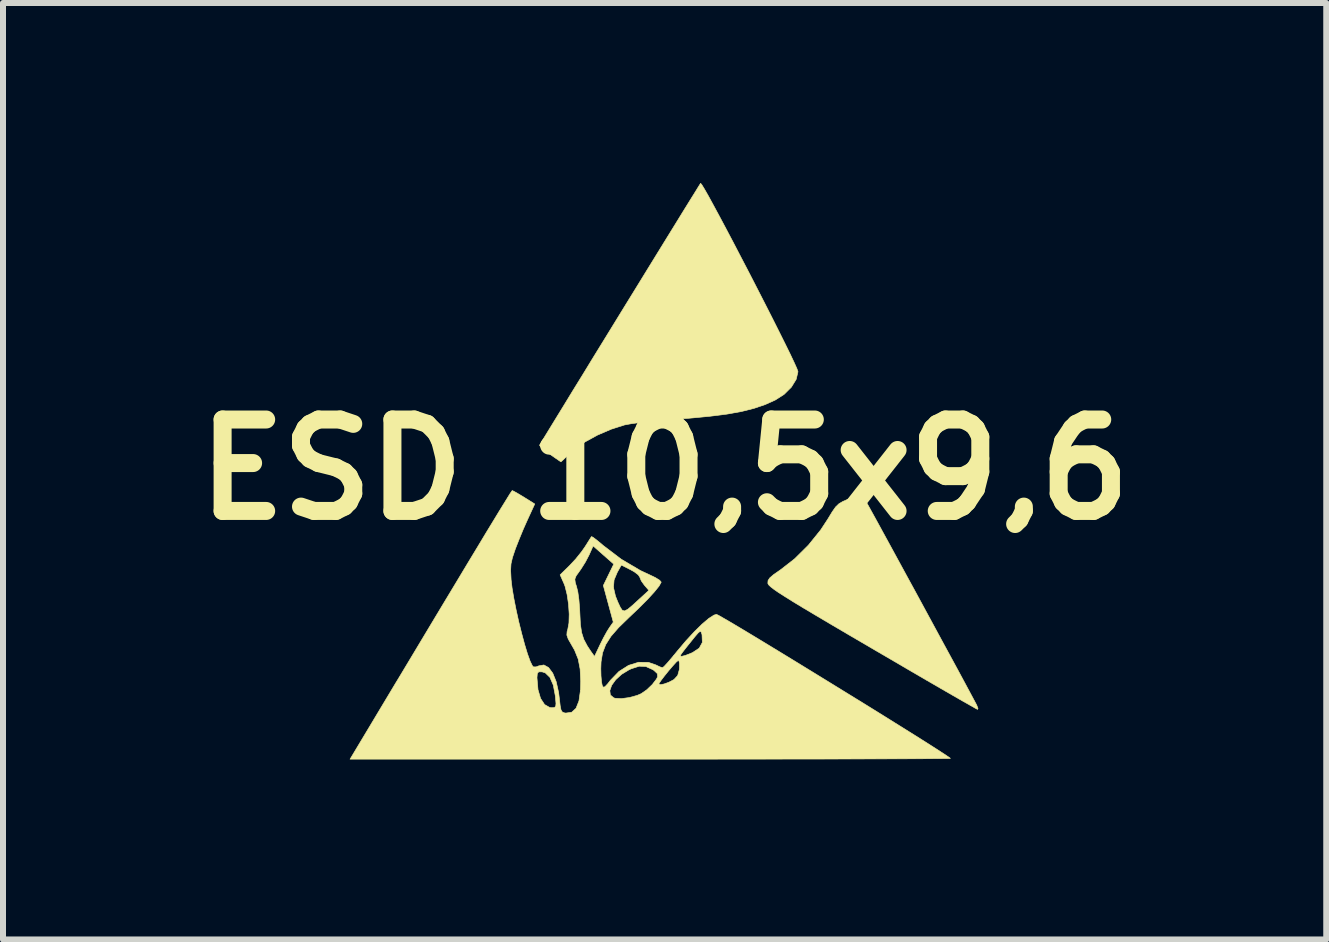
<source format=kicad_pcb>
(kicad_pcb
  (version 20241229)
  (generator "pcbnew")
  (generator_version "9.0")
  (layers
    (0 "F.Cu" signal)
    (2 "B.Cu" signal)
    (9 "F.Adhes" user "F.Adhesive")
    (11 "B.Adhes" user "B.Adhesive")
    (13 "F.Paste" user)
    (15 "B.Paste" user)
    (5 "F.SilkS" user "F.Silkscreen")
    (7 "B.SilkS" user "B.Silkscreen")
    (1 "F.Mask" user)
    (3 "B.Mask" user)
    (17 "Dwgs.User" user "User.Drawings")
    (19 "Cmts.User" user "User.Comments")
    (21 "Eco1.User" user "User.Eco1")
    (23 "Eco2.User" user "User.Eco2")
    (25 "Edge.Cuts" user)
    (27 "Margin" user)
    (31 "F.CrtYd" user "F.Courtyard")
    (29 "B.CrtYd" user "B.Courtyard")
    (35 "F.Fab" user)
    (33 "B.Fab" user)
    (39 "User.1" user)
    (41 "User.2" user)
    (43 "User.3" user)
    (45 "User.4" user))
  (footprint "ESD 10,5x9,6"
    (layer "F.Cu")
    (at 8.026 4.776)
    (property "Reference" "ESD 10,5x9,6" (at 0 0 0) (layer "F.SilkS") (effects (font (size 1.524 1.524) (thickness 0.3))))
    (attr through_hole)
    (fp_poly (pts (xy 3.301 0.433) (xy 3.302 0.433) (xy 3.319 0.463) (xy 3.364 0.544) (xy 3.433 0.669) (xy 3.523 0.832) (xy 3.63 1.028) (xy 3.752 1.251) (xy 3.885 1.495) (xy 4.026 1.754) (xy 4.173 2.023) (xy 4.321 2.296) (xy 4.468 2.567) (xy 4.611 2.831) (xy 4.747 3.081) (xy 4.872 3.311) (xy 4.983 3.517) (xy 5.077 3.692) (xy 5.151 3.83) (xy 5.202 3.926) (xy 5.203 3.929) (xy 5.223 3.981) (xy 5.216 3.997) (xy 5.185 3.981) (xy 5.104 3.935) (xy 4.977 3.863) (xy 4.81 3.767) (xy 4.607 3.65) (xy 4.372 3.514) (xy 4.111 3.362) (xy 3.829 3.197) (xy 3.529 3.022) (xy 3.461 2.982) (xy 3.103 2.773) (xy 2.797 2.593) (xy 2.538 2.44) (xy 2.323 2.312) (xy 2.148 2.206) (xy 2.009 2.119) (xy 1.902 2.051) (xy 1.824 1.997) (xy 1.771 1.956) (xy 1.738 1.925) (xy 1.723 1.902) (xy 1.721 1.894) (xy 1.724 1.849) (xy 1.754 1.804) (xy 1.818 1.749) (xy 1.929 1.672) (xy 1.931 1.671) (xy 2.167 1.487) (xy 2.397 1.259) (xy 2.602 1.005) (xy 2.72 0.825) (xy 2.794 0.703) (xy 2.851 0.622) (xy 2.906 0.569) (xy 2.973 0.53) (xy 3.067 0.489) (xy 3.075 0.486) (xy 3.179 0.45) (xy 3.26 0.43) (xy 3.301 0.433)) (stroke (width 0.01) (type solid)) (fill yes) (layer "F.SilkS"))
    (fp_poly (pts (xy 0.619 -4.749) (xy 0.663 -4.677) (xy 0.73 -4.56) (xy 0.815 -4.404) (xy 0.916 -4.217) (xy 1.03 -4.003) (xy 1.153 -3.77) (xy 1.282 -3.522) (xy 1.415 -3.267) (xy 1.547 -3.01) (xy 1.676 -2.758) (xy 1.799 -2.516) (xy 1.912 -2.291) (xy 2.012 -2.09) (xy 2.097 -1.917) (xy 2.162 -1.779) (xy 2.205 -1.683) (xy 2.222 -1.634) (xy 2.223 -1.632) (xy 2.193 -1.504) (xy 2.113 -1.374) (xy 1.991 -1.253) (xy 1.844 -1.159) (xy 1.677 -1.084) (xy 1.492 -1.021) (xy 1.282 -0.968) (xy 1.037 -0.924) (xy 0.751 -0.888) (xy 0.414 -0.856) (xy 0.206 -0.841) (xy -0.008 -0.825) (xy -0.215 -0.805) (xy -0.402 -0.785) (xy -0.553 -0.765) (xy -0.657 -0.746) (xy -0.667 -0.744) (xy -0.89 -0.673) (xy -1.116 -0.576) (xy -1.326 -0.461) (xy -1.502 -0.339) (xy -1.564 -0.284) (xy -1.644 -0.207) (xy -1.702 -0.152) (xy -1.728 -0.129) (xy -1.728 -0.129) (xy -1.753 -0.146) (xy -1.817 -0.19) (xy -1.906 -0.252) (xy -1.914 -0.257) (xy -2.002 -0.323) (xy -2.063 -0.376) (xy -2.084 -0.406) (xy -2.084 -0.407) (xy -2.052 -0.459) (xy -1.992 -0.559) (xy -1.905 -0.701) (xy -1.796 -0.879) (xy -1.667 -1.089) (xy -1.522 -1.327) (xy -1.362 -1.586) (xy -1.193 -1.863) (xy -1.015 -2.152) (xy -0.833 -2.448) (xy -0.65 -2.746) (xy -0.468 -3.041) (xy -0.291 -3.329) (xy -0.121 -3.605) (xy 0.038 -3.863) (xy 0.183 -4.098) (xy 0.311 -4.306) (xy 0.42 -4.482) (xy 0.506 -4.62) (xy 0.565 -4.716) (xy 0.596 -4.765) (xy 0.6 -4.771) (xy 0.619 -4.749)) (stroke (width 0.01) (type solid)) (fill yes) (layer "F.SilkS"))
    (fp_poly (pts (xy -2.506 0.365) (xy -2.434 0.406) (xy -2.343 0.461) (xy -2.164 0.573) (xy -2.284 0.834) (xy -2.354 0.991) (xy -2.425 1.163) (xy -2.485 1.316) (xy -2.491 1.333) (xy -2.536 1.467) (xy -2.56 1.572) (xy -2.566 1.679) (xy -2.559 1.818) (xy -2.559 1.826) (xy -2.542 1.971) (xy -2.513 2.144) (xy -2.475 2.336) (xy -2.431 2.535) (xy -2.382 2.731) (xy -2.333 2.913) (xy -2.285 3.071) (xy -2.241 3.193) (xy -2.204 3.269) (xy -2.187 3.288) (xy -2.141 3.288) (xy -2.096 3.271) (xy -2.012 3.256) (xy -1.934 3.299) (xy -1.864 3.393) (xy -1.807 3.534) (xy -1.766 3.716) (xy -1.754 3.816) (xy -1.74 3.936) (xy -1.726 4.006) (xy -1.704 4.041) (xy -1.668 4.055) (xy -1.646 4.058) (xy -1.548 4.044) (xy -1.476 3.978) (xy -1.427 3.855) (xy -1.403 3.683) (xy -0.913 3.683) (xy -0.904 3.756) (xy -0.849 3.803) (xy -0.826 3.811) (xy -0.72 3.817) (xy -0.587 3.799) (xy -0.456 3.763) (xy -0.389 3.734) (xy -0.297 3.67) (xy -0.205 3.582) (xy -0.198 3.573) (xy -0.095 3.573) (xy -0.07 3.585) (xy -0.009 3.573) (xy 0.069 3.545) (xy 0.144 3.506) (xy 0.159 3.496) (xy 0.218 3.432) (xy 0.245 3.336) (xy 0.248 3.303) (xy 0.248 3.222) (xy 0.236 3.181) (xy 0.228 3.18) (xy 0.194 3.208) (xy 0.136 3.272) (xy 0.066 3.354) (xy -0.004 3.441) (xy -0.061 3.516) (xy -0.093 3.565) (xy -0.095 3.573) (xy -0.198 3.573) (xy -0.136 3.492) (xy -0.116 3.452) (xy -0.121 3.4) (xy -0.177 3.347) (xy -0.199 3.333) (xy -0.312 3.282) (xy -0.424 3.277) (xy -0.554 3.319) (xy -0.592 3.336) (xy -0.717 3.412) (xy -0.815 3.502) (xy -0.882 3.595) (xy -0.913 3.683) (xy -1.403 3.683) (xy -1.402 3.677) (xy -1.398 3.528) (xy -1.408 3.324) (xy -1.44 3.158) (xy -1.5 3.009) (xy -1.552 2.918) (xy -1.606 2.824) (xy -1.629 2.758) (xy -1.625 2.7) (xy -1.614 2.665) (xy -1.594 2.557) (xy -1.59 2.409) (xy -1.601 2.244) (xy -1.625 2.082) (xy -1.659 1.945) (xy -1.676 1.901) (xy -1.709 1.826) (xy -1.496 1.826) (xy -1.488 1.887) (xy -1.468 1.949) (xy -1.446 2.038) (xy -1.428 2.169) (xy -1.416 2.321) (xy -1.412 2.401) (xy -1.403 2.58) (xy -1.383 2.716) (xy -1.347 2.829) (xy -1.289 2.938) (xy -1.231 3.026) (xy -1.168 3.114) (xy -1.076 2.919) (xy -1.018 2.803) (xy -0.959 2.696) (xy -0.919 2.633) (xy -0.855 2.542) (xy -0.938 2.237) (xy -1.012 1.964) (xy -0.852 1.964) (xy -0.819 2.108) (xy -0.779 2.208) (xy -0.739 2.294) (xy -0.706 2.344) (xy -0.668 2.356) (xy -0.613 2.328) (xy -0.532 2.26) (xy -0.437 2.173) (xy -0.262 2.013) (xy -0.338 1.925) (xy -0.388 1.855) (xy -0.412 1.798) (xy -0.413 1.793) (xy -0.439 1.754) (xy -0.506 1.703) (xy -0.567 1.669) (xy -0.721 1.591) (xy -0.789 1.713) (xy -0.842 1.839) (xy -0.852 1.964) (xy -1.012 1.964) (xy -1.021 1.932) (xy -0.934 1.753) (xy -0.847 1.575) (xy -1.019 1.424) (xy -1.191 1.272) (xy -1.258 1.422) (xy -1.32 1.541) (xy -1.395 1.66) (xy -1.42 1.695) (xy -1.475 1.772) (xy -1.496 1.826) (xy -1.709 1.826) (xy -1.741 1.754) (xy -1.583 1.599) (xy -1.482 1.491) (xy -1.384 1.369) (xy -1.326 1.286) (xy -1.271 1.199) (xy -1.232 1.137) (xy -1.218 1.116) (xy -1.192 1.129) (xy -1.131 1.175) (xy -1.046 1.245) (xy -1.026 1.263) (xy -0.722 1.494) (xy -0.4 1.684) (xy -0.254 1.752) (xy -0.154 1.8) (xy -0.083 1.844) (xy -0.057 1.875) (xy -0.057 1.877) (xy -0.092 1.941) (xy -0.171 2.039) (xy -0.287 2.166) (xy -0.436 2.315) (xy -0.591 2.462) (xy -0.766 2.632) (xy -0.894 2.779) (xy -0.981 2.916) (xy -1.034 3.054) (xy -1.059 3.205) (xy -1.063 3.318) (xy -1.06 3.439) (xy -1.051 3.54) (xy -1.039 3.6) (xy -1.021 3.627) (xy -0.994 3.619) (xy -0.948 3.57) (xy -0.904 3.513) (xy -0.761 3.365) (xy -0.601 3.263) (xy -0.434 3.211) (xy -0.269 3.213) (xy -0.147 3.255) (xy -0.078 3.288) (xy -0.035 3.302) (xy -0.034 3.302) (xy -0.006 3.279) (xy 0.052 3.216) (xy 0.131 3.123) (xy 0.146 3.105) (xy 0.262 3.105) (xy 0.272 3.111) (xy 0.29 3.111) (xy 0.344 3.098) (xy 0.428 3.066) (xy 0.467 3.049) (xy 0.577 2.976) (xy 0.629 2.881) (xy 0.624 2.757) (xy 0.622 2.745) (xy 0.609 2.706) (xy 0.591 2.696) (xy 0.559 2.722) (xy 0.502 2.788) (xy 0.454 2.848) (xy 0.36 2.965) (xy 0.301 3.041) (xy 0.27 3.085) (xy 0.262 3.105) (xy 0.146 3.105) (xy 0.209 3.028) (xy 0.353 2.857) (xy 0.494 2.704) (xy 0.624 2.576) (xy 0.736 2.481) (xy 0.823 2.425) (xy 0.864 2.413) (xy 0.899 2.429) (xy 0.981 2.476) (xy 1.107 2.549) (xy 1.27 2.646) (xy 1.466 2.764) (xy 1.689 2.899) (xy 1.934 3.048) (xy 2.196 3.208) (xy 2.47 3.376) (xy 2.75 3.548) (xy 3.031 3.721) (xy 3.309 3.892) (xy 3.577 4.058) (xy 3.83 4.216) (xy 4.064 4.362) (xy 4.273 4.493) (xy 4.451 4.606) (xy 4.594 4.698) (xy 4.696 4.765) (xy 4.753 4.804) (xy 4.763 4.813) (xy 4.731 4.815) (xy 4.64 4.816) (xy 4.492 4.817) (xy 4.291 4.819) (xy 4.039 4.82) (xy 3.741 4.821) (xy 3.4 4.822) (xy 3.019 4.823) (xy 2.602 4.824) (xy 2.152 4.824) (xy 1.672 4.825) (xy 1.166 4.825) (xy 0.637 4.826) (xy 0.088 4.826) (xy -0.24 4.826) (xy -5.242 4.826) (xy -5.169 4.704) (xy -4.81 4.105) (xy -4.482 3.558) (xy -4.426 3.466) (xy -2.127 3.466) (xy -2.126 3.482) (xy -2.11 3.668) (xy -2.067 3.814) (xy -2 3.916) (xy -1.914 3.965) (xy -1.88 3.969) (xy -1.837 3.966) (xy -1.815 3.947) (xy -1.81 3.899) (xy -1.818 3.805) (xy -1.821 3.773) (xy -1.855 3.592) (xy -1.911 3.463) (xy -1.988 3.388) (xy -2.041 3.371) (xy -2.097 3.37) (xy -2.121 3.396) (xy -2.127 3.466) (xy -4.426 3.466) (xy -4.184 3.063) (xy -3.916 2.616) (xy -3.675 2.215) (xy -3.461 1.86) (xy -3.273 1.547) (xy -3.109 1.276) (xy -2.969 1.043) (xy -2.85 0.848) (xy -2.753 0.688) (xy -2.675 0.562) (xy -2.616 0.466) (xy -2.575 0.4) (xy -2.549 0.362) (xy -2.539 0.349) (xy -2.539 0.349) (xy -2.506 0.365)) (stroke (width 0.01) (type solid)) (fill yes) (layer "F.SilkS")))
  (gr_rect
    (start -3 -3)
    (end 19.053 12.607)
    (stroke (width 0.1) (type default))
    (fill no)
    (layer "Edge.Cuts")))
</source>
